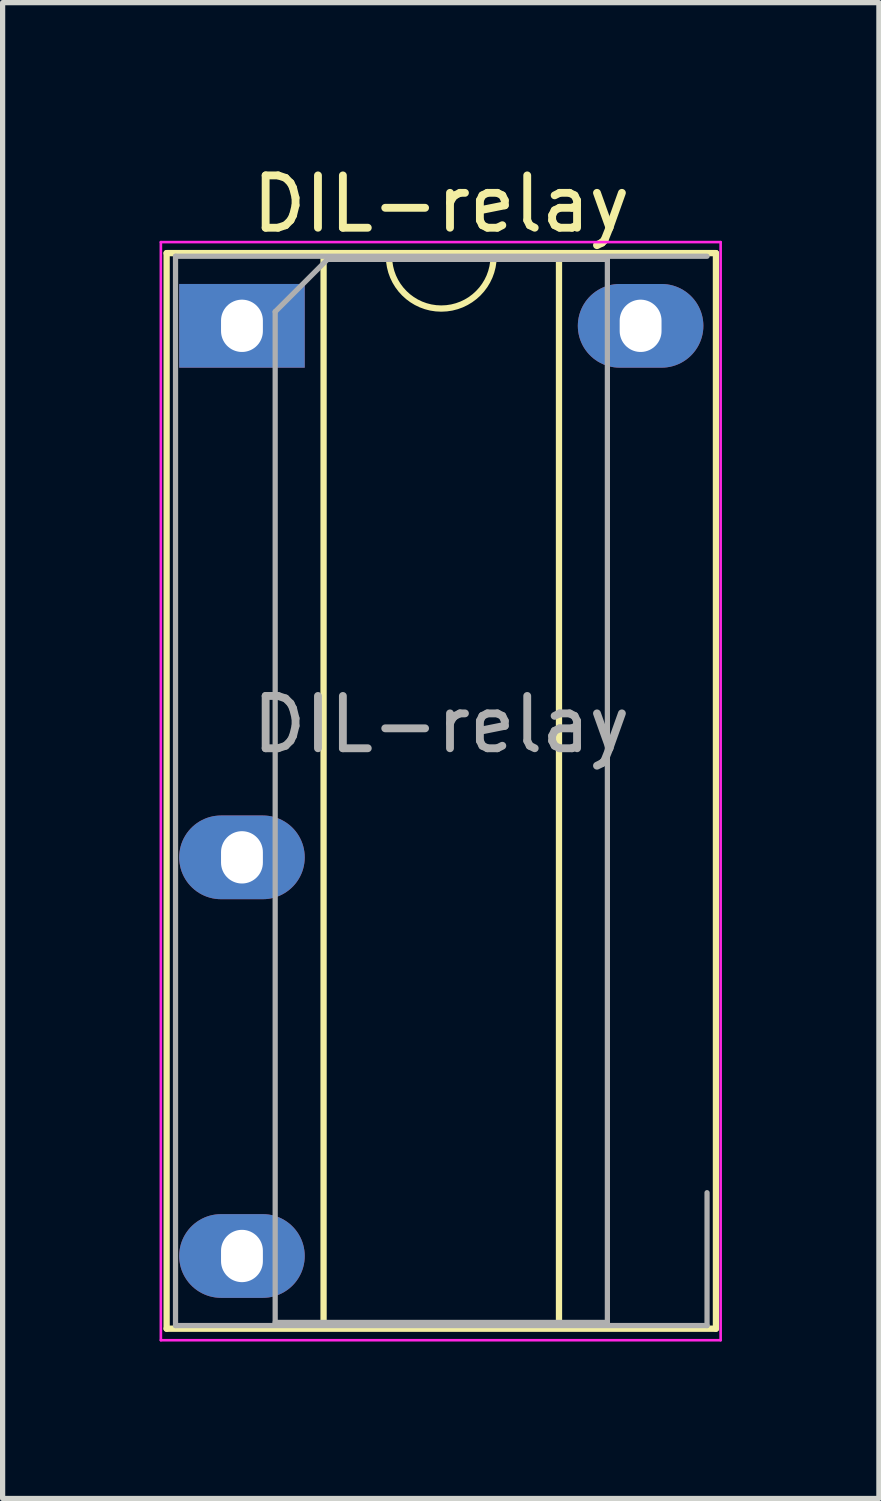
<source format=kicad_pcb>
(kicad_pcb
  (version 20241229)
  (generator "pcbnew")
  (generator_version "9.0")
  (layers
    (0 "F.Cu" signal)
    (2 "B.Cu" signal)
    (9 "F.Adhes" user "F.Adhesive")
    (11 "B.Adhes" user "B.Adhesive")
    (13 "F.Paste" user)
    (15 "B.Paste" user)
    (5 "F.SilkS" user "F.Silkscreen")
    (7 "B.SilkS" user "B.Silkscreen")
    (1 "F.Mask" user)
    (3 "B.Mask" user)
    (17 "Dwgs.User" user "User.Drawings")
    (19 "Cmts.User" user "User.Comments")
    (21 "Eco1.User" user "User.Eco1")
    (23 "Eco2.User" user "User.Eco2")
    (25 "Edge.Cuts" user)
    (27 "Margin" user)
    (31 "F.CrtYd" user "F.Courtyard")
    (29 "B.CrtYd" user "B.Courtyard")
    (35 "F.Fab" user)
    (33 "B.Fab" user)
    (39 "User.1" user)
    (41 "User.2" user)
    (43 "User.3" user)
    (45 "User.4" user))
  (footprint "DIL-relay"
    (layer "F.Cu")
    (at 1.575 3.178)
    (property "Reference" "DIL-relay" (at 3.81 -2.33 0) (layer "F.SilkS") (effects (font (size 1 1) (thickness 0.15))))
    (attr through_hole)
    (fp_line (start -1.44 -1.39) (end -1.44 19.17) (stroke (width 0.12) (type solid)) (layer "F.SilkS"))
    (fp_line (start -1.44 19.17) (end 9.06 19.17) (stroke (width 0.12) (type solid)) (layer "F.SilkS"))
    (fp_line (start 1.56 -1.33) (end 1.56 19.11) (stroke (width 0.12) (type solid)) (layer "F.SilkS"))
    (fp_line (start 1.56 19.11) (end 6.06 19.11) (stroke (width 0.12) (type solid)) (layer "F.SilkS"))
    (fp_line (start 2.81 -1.33) (end 1.56 -1.33) (stroke (width 0.12) (type solid)) (layer "F.SilkS"))
    (fp_line (start 6.06 -1.33) (end 4.81 -1.33) (stroke (width 0.12) (type solid)) (layer "F.SilkS"))
    (fp_line (start 6.06 19.11) (end 6.06 -1.33) (stroke (width 0.12) (type solid)) (layer "F.SilkS"))
    (fp_line (start 9.06 -1.39) (end -1.44 -1.39) (stroke (width 0.12) (type solid)) (layer "F.SilkS"))
    (fp_line (start 9.06 19.17) (end 9.06 -1.39) (stroke (width 0.12) (type solid)) (layer "F.SilkS"))
    (fp_arc (start 4.81 -1.33) (mid 3.81 -0.33) (end 2.81 -1.33) (stroke (width 0.12) (type solid)) (layer "F.SilkS"))
    (fp_line (start -1.55 -1.6) (end -1.55 19.39) (stroke (width 0.05) (type solid)) (layer "F.CrtYd"))
    (fp_line (start -1.55 19.39) (end 9.15 19.39) (stroke (width 0.05) (type solid)) (layer "F.CrtYd"))
    (fp_line (start 9.15 -1.6) (end -1.55 -1.6) (stroke (width 0.05) (type solid)) (layer "F.CrtYd"))
    (fp_line (start 9.15 19.39) (end 9.15 -1.6) (stroke (width 0.05) (type solid)) (layer "F.CrtYd"))
    (fp_line (start -1.27 -1.33) (end -1.27 19.11) (stroke (width 0.1) (type solid)) (layer "F.Fab"))
    (fp_line (start -1.27 19.11) (end 8.89 19.11) (stroke (width 0.1) (type solid)) (layer "F.Fab"))
    (fp_line (start 0.635 -0.27) (end 1.635 -1.27) (stroke (width 0.1) (type solid)) (layer "F.Fab"))
    (fp_line (start 0.635 19.05) (end 0.635 -0.27) (stroke (width 0.1) (type solid)) (layer "F.Fab"))
    (fp_line (start 1.635 -1.27) (end 6.985 -1.27) (stroke (width 0.1) (type solid)) (layer "F.Fab"))
    (fp_line (start 6.985 -1.27) (end 6.985 19.05) (stroke (width 0.1) (type solid)) (layer "F.Fab"))
    (fp_line (start 6.985 19.05) (end 0.635 19.05) (stroke (width 0.1) (type solid)) (layer "F.Fab"))
    (fp_line (start 8.89 -1.33) (end -1.27 -1.33) (stroke (width 0.1) (type solid)) (layer "F.Fab"))
    (fp_line (start 8.89 16.57) (end 8.89 19.11) (stroke (width 0.1) (type solid)) (layer "F.Fab"))
    (fp_text user "${REFERENCE}" (at 3.81 7.62 0) (layer "F.Fab") (effects (font (size 1 1) (thickness 0.15))))
    (pad "1" thru_hole rect (at 0 0) (size 2.4 1.6) (drill oval 0.8 1) (layers "*.Cu" "*.Mask"))
    (pad "2" thru_hole oval (at 7.62 0) (size 2.4 1.6) (drill oval 0.8 1) (layers "*.Cu" "*.Mask"))
    (pad "3" thru_hole oval (at 0 10.16) (size 2.4 1.6) (drill oval 0.8 1) (layers "*.Cu" "*.Mask"))
    (pad "4" thru_hole oval (at 0 17.78) (size 2.4 1.6) (drill oval 0.8 1) (layers "*.Cu" "*.Mask")))
  (gr_rect
    (start -3 -3)
    (end 13.75 25.593)
    (stroke (width 0.1) (type default))
    (fill no)
    (layer "Edge.Cuts")))
</source>
